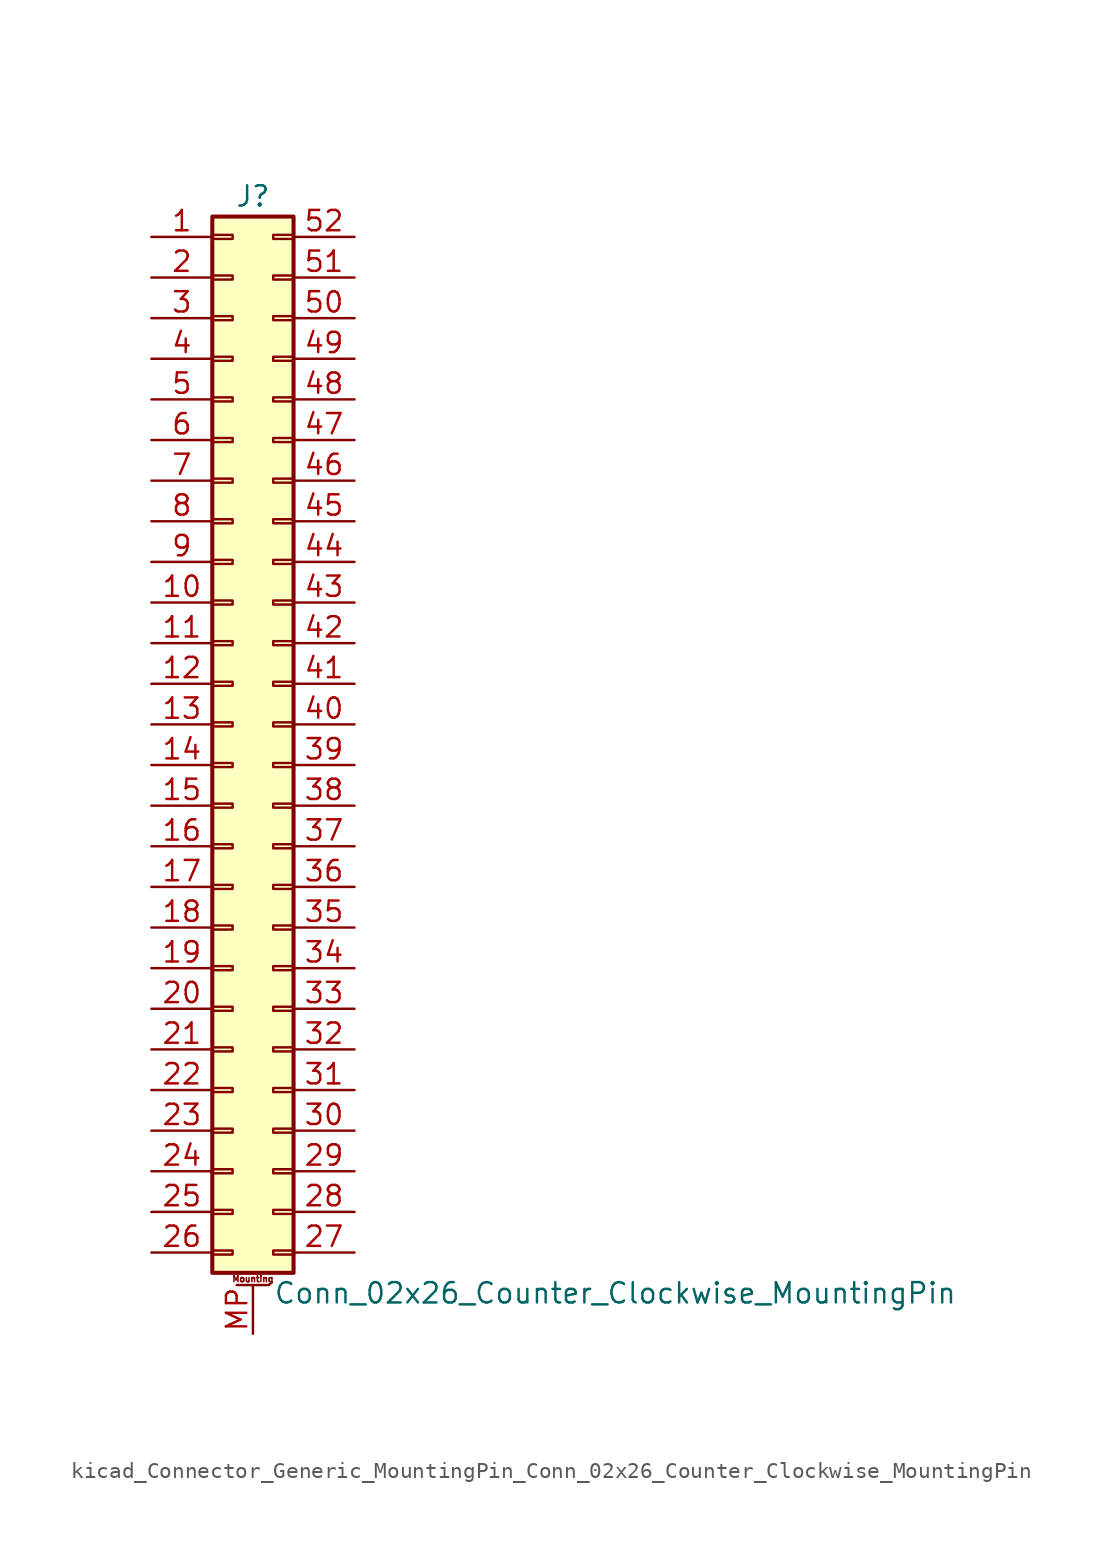
<source format=kicad_sym>
(kicad_symbol_lib
  (version 20220914)
  (generator kicad_symbol_editor)
  (symbol "kicad_Connector_Generic_MountingPin_Conn_02x26_Counter_Clockwise_MountingPin"
    (pin_names
      (offset 1.016) hide)
    (property "Reference" "J"
      (at 1.27 33.02 0)
      (effects (font (size 1.27 1.27))))
    (property "Value" "Conn_02x26_Counter_Clockwise_MountingPin"
      (at 2.54 -35.56 0)
      (effects (font (size 1.27 1.27)) (justify left)))
    (symbol "kicad_Connector_Generic_MountingPin_Conn_02x26_Counter_Clockwise_MountingPin_1_1"
      (rectangle (start -1.27 -32.893) (end 0 -33.147) (stroke (width 0.152) (type default)) (fill (type none)))
      (rectangle (start -1.27 -30.353) (end 0 -30.607) (stroke (width 0.152) (type default)) (fill (type none)))
      (rectangle (start -1.27 -27.813) (end 0 -28.067) (stroke (width 0.152) (type default)) (fill (type none)))
      (rectangle (start -1.27 -25.273) (end 0 -25.527) (stroke (width 0.152) (type default)) (fill (type none)))
      (rectangle (start -1.27 -22.733) (end 0 -22.987) (stroke (width 0.152) (type default)) (fill (type none)))
      (rectangle (start -1.27 -20.193) (end 0 -20.447) (stroke (width 0.152) (type default)) (fill (type none)))
      (rectangle (start -1.27 -17.653) (end 0 -17.907) (stroke (width 0.152) (type default)) (fill (type none)))
      (rectangle (start -1.27 -15.113) (end 0 -15.367) (stroke (width 0.152) (type default)) (fill (type none)))
      (rectangle (start -1.27 -12.573) (end 0 -12.827) (stroke (width 0.152) (type default)) (fill (type none)))
      (rectangle (start -1.27 -10.033) (end 0 -10.287) (stroke (width 0.152) (type default)) (fill (type none)))
      (rectangle (start -1.27 -7.493) (end 0 -7.747) (stroke (width 0.152) (type default)) (fill (type none)))
      (rectangle (start -1.27 -4.953) (end 0 -5.207) (stroke (width 0.152) (type default)) (fill (type none)))
      (rectangle (start -1.27 -2.413) (end 0 -2.667) (stroke (width 0.152) (type default)) (fill (type none)))
      (rectangle (start -1.27 0.127) (end 0 -0.127) (stroke (width 0.152) (type default)) (fill (type none)))
      (rectangle (start -1.27 2.667) (end 0 2.413) (stroke (width 0.152) (type default)) (fill (type none)))
      (rectangle (start -1.27 5.207) (end 0 4.953) (stroke (width 0.152) (type default)) (fill (type none)))
      (rectangle (start -1.27 7.747) (end 0 7.493) (stroke (width 0.152) (type default)) (fill (type none)))
      (rectangle (start -1.27 10.287) (end 0 10.033) (stroke (width 0.152) (type default)) (fill (type none)))
      (rectangle (start -1.27 12.827) (end 0 12.573) (stroke (width 0.152) (type default)) (fill (type none)))
      (rectangle (start -1.27 15.367) (end 0 15.113) (stroke (width 0.152) (type default)) (fill (type none)))
      (rectangle (start -1.27 17.907) (end 0 17.653) (stroke (width 0.152) (type default)) (fill (type none)))
      (rectangle (start -1.27 20.447) (end 0 20.193) (stroke (width 0.152) (type default)) (fill (type none)))
      (rectangle (start -1.27 22.987) (end 0 22.733) (stroke (width 0.152) (type default)) (fill (type none)))
      (rectangle (start -1.27 25.527) (end 0 25.273) (stroke (width 0.152) (type default)) (fill (type none)))
      (rectangle (start -1.27 28.067) (end 0 27.813) (stroke (width 0.152) (type default)) (fill (type none)))
      (rectangle (start -1.27 30.607) (end 0 30.353) (stroke (width 0.152) (type default)) (fill (type none)))
      (rectangle (start -1.27 31.75) (end 3.81 -34.29) (stroke (width 0.254) (type default)) (fill (type background)))
      (polyline (pts (xy 0.254 -35.052) (xy 2.286 -35.052)) (stroke (width 0.152) (type default)) (fill (type none)))
      (rectangle (start 3.81 -32.893) (end 2.54 -33.147) (stroke (width 0.152) (type default)) (fill (type none)))
      (rectangle (start 3.81 -30.353) (end 2.54 -30.607) (stroke (width 0.152) (type default)) (fill (type none)))
      (rectangle (start 3.81 -27.813) (end 2.54 -28.067) (stroke (width 0.152) (type default)) (fill (type none)))
      (rectangle (start 3.81 -25.273) (end 2.54 -25.527) (stroke (width 0.152) (type default)) (fill (type none)))
      (rectangle (start 3.81 -22.733) (end 2.54 -22.987) (stroke (width 0.152) (type default)) (fill (type none)))
      (rectangle (start 3.81 -20.193) (end 2.54 -20.447) (stroke (width 0.152) (type default)) (fill (type none)))
      (rectangle (start 3.81 -17.653) (end 2.54 -17.907) (stroke (width 0.152) (type default)) (fill (type none)))
      (rectangle (start 3.81 -15.113) (end 2.54 -15.367) (stroke (width 0.152) (type default)) (fill (type none)))
      (rectangle (start 3.81 -12.573) (end 2.54 -12.827) (stroke (width 0.152) (type default)) (fill (type none)))
      (rectangle (start 3.81 -10.033) (end 2.54 -10.287) (stroke (width 0.152) (type default)) (fill (type none)))
      (rectangle (start 3.81 -7.493) (end 2.54 -7.747) (stroke (width 0.152) (type default)) (fill (type none)))
      (rectangle (start 3.81 -4.953) (end 2.54 -5.207) (stroke (width 0.152) (type default)) (fill (type none)))
      (rectangle (start 3.81 -2.413) (end 2.54 -2.667) (stroke (width 0.152) (type default)) (fill (type none)))
      (rectangle (start 3.81 0.127) (end 2.54 -0.127) (stroke (width 0.152) (type default)) (fill (type none)))
      (rectangle (start 3.81 2.667) (end 2.54 2.413) (stroke (width 0.152) (type default)) (fill (type none)))
      (rectangle (start 3.81 5.207) (end 2.54 4.953) (stroke (width 0.152) (type default)) (fill (type none)))
      (rectangle (start 3.81 7.747) (end 2.54 7.493) (stroke (width 0.152) (type default)) (fill (type none)))
      (rectangle (start 3.81 10.287) (end 2.54 10.033) (stroke (width 0.152) (type default)) (fill (type none)))
      (rectangle (start 3.81 12.827) (end 2.54 12.573) (stroke (width 0.152) (type default)) (fill (type none)))
      (rectangle (start 3.81 15.367) (end 2.54 15.113) (stroke (width 0.152) (type default)) (fill (type none)))
      (rectangle (start 3.81 17.907) (end 2.54 17.653) (stroke (width 0.152) (type default)) (fill (type none)))
      (rectangle (start 3.81 20.447) (end 2.54 20.193) (stroke (width 0.152) (type default)) (fill (type none)))
      (rectangle (start 3.81 22.987) (end 2.54 22.733) (stroke (width 0.152) (type default)) (fill (type none)))
      (rectangle (start 3.81 25.527) (end 2.54 25.273) (stroke (width 0.152) (type default)) (fill (type none)))
      (rectangle (start 3.81 28.067) (end 2.54 27.813) (stroke (width 0.152) (type default)) (fill (type none)))
      (rectangle (start 3.81 30.607) (end 2.54 30.353) (stroke (width 0.152) (type default)) (fill (type none)))
      (text "Mounting" (at 1.27 -34.671 0) (effects (font (size 0.381 0.381))))
      (pin passive line (at -5.08 30.48 0) (length 3.81) (name "Pin_1" (effects (font (size 1.27 1.27)))) (number "1" (effects (font (size 1.27 1.27)))))
      (pin passive line (at -5.08 7.62 0) (length 3.81) (name "Pin_10" (effects (font (size 1.27 1.27)))) (number "10" (effects (font (size 1.27 1.27)))))
      (pin passive line (at -5.08 5.08 0) (length 3.81) (name "Pin_11" (effects (font (size 1.27 1.27)))) (number "11" (effects (font (size 1.27 1.27)))))
      (pin passive line (at -5.08 2.54 0) (length 3.81) (name "Pin_12" (effects (font (size 1.27 1.27)))) (number "12" (effects (font (size 1.27 1.27)))))
      (pin passive line (at -5.08 0 0) (length 3.81) (name "Pin_13" (effects (font (size 1.27 1.27)))) (number "13" (effects (font (size 1.27 1.27)))))
      (pin passive line (at -5.08 -2.54 0) (length 3.81) (name "Pin_14" (effects (font (size 1.27 1.27)))) (number "14" (effects (font (size 1.27 1.27)))))
      (pin passive line (at -5.08 -5.08 0) (length 3.81) (name "Pin_15" (effects (font (size 1.27 1.27)))) (number "15" (effects (font (size 1.27 1.27)))))
      (pin passive line (at -5.08 -7.62 0) (length 3.81) (name "Pin_16" (effects (font (size 1.27 1.27)))) (number "16" (effects (font (size 1.27 1.27)))))
      (pin passive line (at -5.08 -10.16 0) (length 3.81) (name "Pin_17" (effects (font (size 1.27 1.27)))) (number "17" (effects (font (size 1.27 1.27)))))
      (pin passive line (at -5.08 -12.7 0) (length 3.81) (name "Pin_18" (effects (font (size 1.27 1.27)))) (number "18" (effects (font (size 1.27 1.27)))))
      (pin passive line (at -5.08 -15.24 0) (length 3.81) (name "Pin_19" (effects (font (size 1.27 1.27)))) (number "19" (effects (font (size 1.27 1.27)))))
      (pin passive line (at -5.08 27.94 0) (length 3.81) (name "Pin_2" (effects (font (size 1.27 1.27)))) (number "2" (effects (font (size 1.27 1.27)))))
      (pin passive line (at -5.08 -17.78 0) (length 3.81) (name "Pin_20" (effects (font (size 1.27 1.27)))) (number "20" (effects (font (size 1.27 1.27)))))
      (pin passive line (at -5.08 -20.32 0) (length 3.81) (name "Pin_21" (effects (font (size 1.27 1.27)))) (number "21" (effects (font (size 1.27 1.27)))))
      (pin passive line (at -5.08 -22.86 0) (length 3.81) (name "Pin_22" (effects (font (size 1.27 1.27)))) (number "22" (effects (font (size 1.27 1.27)))))
      (pin passive line (at -5.08 -25.4 0) (length 3.81) (name "Pin_23" (effects (font (size 1.27 1.27)))) (number "23" (effects (font (size 1.27 1.27)))))
      (pin passive line (at -5.08 -27.94 0) (length 3.81) (name "Pin_24" (effects (font (size 1.27 1.27)))) (number "24" (effects (font (size 1.27 1.27)))))
      (pin passive line (at -5.08 -30.48 0) (length 3.81) (name "Pin_25" (effects (font (size 1.27 1.27)))) (number "25" (effects (font (size 1.27 1.27)))))
      (pin passive line (at -5.08 -33.02 0) (length 3.81) (name "Pin_26" (effects (font (size 1.27 1.27)))) (number "26" (effects (font (size 1.27 1.27)))))
      (pin passive line (at 7.62 -33.02 180) (length 3.81) (name "Pin_27" (effects (font (size 1.27 1.27)))) (number "27" (effects (font (size 1.27 1.27)))))
      (pin passive line (at 7.62 -30.48 180) (length 3.81) (name "Pin_28" (effects (font (size 1.27 1.27)))) (number "28" (effects (font (size 1.27 1.27)))))
      (pin passive line (at 7.62 -27.94 180) (length 3.81) (name "Pin_29" (effects (font (size 1.27 1.27)))) (number "29" (effects (font (size 1.27 1.27)))))
      (pin passive line (at -5.08 25.4 0) (length 3.81) (name "Pin_3" (effects (font (size 1.27 1.27)))) (number "3" (effects (font (size 1.27 1.27)))))
      (pin passive line (at 7.62 -25.4 180) (length 3.81) (name "Pin_30" (effects (font (size 1.27 1.27)))) (number "30" (effects (font (size 1.27 1.27)))))
      (pin passive line (at 7.62 -22.86 180) (length 3.81) (name "Pin_31" (effects (font (size 1.27 1.27)))) (number "31" (effects (font (size 1.27 1.27)))))
      (pin passive line (at 7.62 -20.32 180) (length 3.81) (name "Pin_32" (effects (font (size 1.27 1.27)))) (number "32" (effects (font (size 1.27 1.27)))))
      (pin passive line (at 7.62 -17.78 180) (length 3.81) (name "Pin_33" (effects (font (size 1.27 1.27)))) (number "33" (effects (font (size 1.27 1.27)))))
      (pin passive line (at 7.62 -15.24 180) (length 3.81) (name "Pin_34" (effects (font (size 1.27 1.27)))) (number "34" (effects (font (size 1.27 1.27)))))
      (pin passive line (at 7.62 -12.7 180) (length 3.81) (name "Pin_35" (effects (font (size 1.27 1.27)))) (number "35" (effects (font (size 1.27 1.27)))))
      (pin passive line (at 7.62 -10.16 180) (length 3.81) (name "Pin_36" (effects (font (size 1.27 1.27)))) (number "36" (effects (font (size 1.27 1.27)))))
      (pin passive line (at 7.62 -7.62 180) (length 3.81) (name "Pin_37" (effects (font (size 1.27 1.27)))) (number "37" (effects (font (size 1.27 1.27)))))
      (pin passive line (at 7.62 -5.08 180) (length 3.81) (name "Pin_38" (effects (font (size 1.27 1.27)))) (number "38" (effects (font (size 1.27 1.27)))))
      (pin passive line (at 7.62 -2.54 180) (length 3.81) (name "Pin_39" (effects (font (size 1.27 1.27)))) (number "39" (effects (font (size 1.27 1.27)))))
      (pin passive line (at -5.08 22.86 0) (length 3.81) (name "Pin_4" (effects (font (size 1.27 1.27)))) (number "4" (effects (font (size 1.27 1.27)))))
      (pin passive line (at 7.62 0 180) (length 3.81) (name "Pin_40" (effects (font (size 1.27 1.27)))) (number "40" (effects (font (size 1.27 1.27)))))
      (pin passive line (at 7.62 2.54 180) (length 3.81) (name "Pin_41" (effects (font (size 1.27 1.27)))) (number "41" (effects (font (size 1.27 1.27)))))
      (pin passive line (at 7.62 5.08 180) (length 3.81) (name "Pin_42" (effects (font (size 1.27 1.27)))) (number "42" (effects (font (size 1.27 1.27)))))
      (pin passive line (at 7.62 7.62 180) (length 3.81) (name "Pin_43" (effects (font (size 1.27 1.27)))) (number "43" (effects (font (size 1.27 1.27)))))
      (pin passive line (at 7.62 10.16 180) (length 3.81) (name "Pin_44" (effects (font (size 1.27 1.27)))) (number "44" (effects (font (size 1.27 1.27)))))
      (pin passive line (at 7.62 12.7 180) (length 3.81) (name "Pin_45" (effects (font (size 1.27 1.27)))) (number "45" (effects (font (size 1.27 1.27)))))
      (pin passive line (at 7.62 15.24 180) (length 3.81) (name "Pin_46" (effects (font (size 1.27 1.27)))) (number "46" (effects (font (size 1.27 1.27)))))
      (pin passive line (at 7.62 17.78 180) (length 3.81) (name "Pin_47" (effects (font (size 1.27 1.27)))) (number "47" (effects (font (size 1.27 1.27)))))
      (pin passive line (at 7.62 20.32 180) (length 3.81) (name "Pin_48" (effects (font (size 1.27 1.27)))) (number "48" (effects (font (size 1.27 1.27)))))
      (pin passive line (at 7.62 22.86 180) (length 3.81) (name "Pin_49" (effects (font (size 1.27 1.27)))) (number "49" (effects (font (size 1.27 1.27)))))
      (pin passive line (at -5.08 20.32 0) (length 3.81) (name "Pin_5" (effects (font (size 1.27 1.27)))) (number "5" (effects (font (size 1.27 1.27)))))
      (pin passive line (at 7.62 25.4 180) (length 3.81) (name "Pin_50" (effects (font (size 1.27 1.27)))) (number "50" (effects (font (size 1.27 1.27)))))
      (pin passive line (at 7.62 27.94 180) (length 3.81) (name "Pin_51" (effects (font (size 1.27 1.27)))) (number "51" (effects (font (size 1.27 1.27)))))
      (pin passive line (at 7.62 30.48 180) (length 3.81) (name "Pin_52" (effects (font (size 1.27 1.27)))) (number "52" (effects (font (size 1.27 1.27)))))
      (pin passive line (at -5.08 17.78 0) (length 3.81) (name "Pin_6" (effects (font (size 1.27 1.27)))) (number "6" (effects (font (size 1.27 1.27)))))
      (pin passive line (at -5.08 15.24 0) (length 3.81) (name "Pin_7" (effects (font (size 1.27 1.27)))) (number "7" (effects (font (size 1.27 1.27)))))
      (pin passive line (at -5.08 12.7 0) (length 3.81) (name "Pin_8" (effects (font (size 1.27 1.27)))) (number "8" (effects (font (size 1.27 1.27)))))
      (pin passive line (at -5.08 10.16 0) (length 3.81) (name "Pin_9" (effects (font (size 1.27 1.27)))) (number "9" (effects (font (size 1.27 1.27)))))
      (pin passive line (at 1.27 -38.1 90) (length 3.048) (name "MountPin" (effects (font (size 1.27 1.27)))) (number "MP" (effects (font (size 1.27 1.27))))))))
</source>
